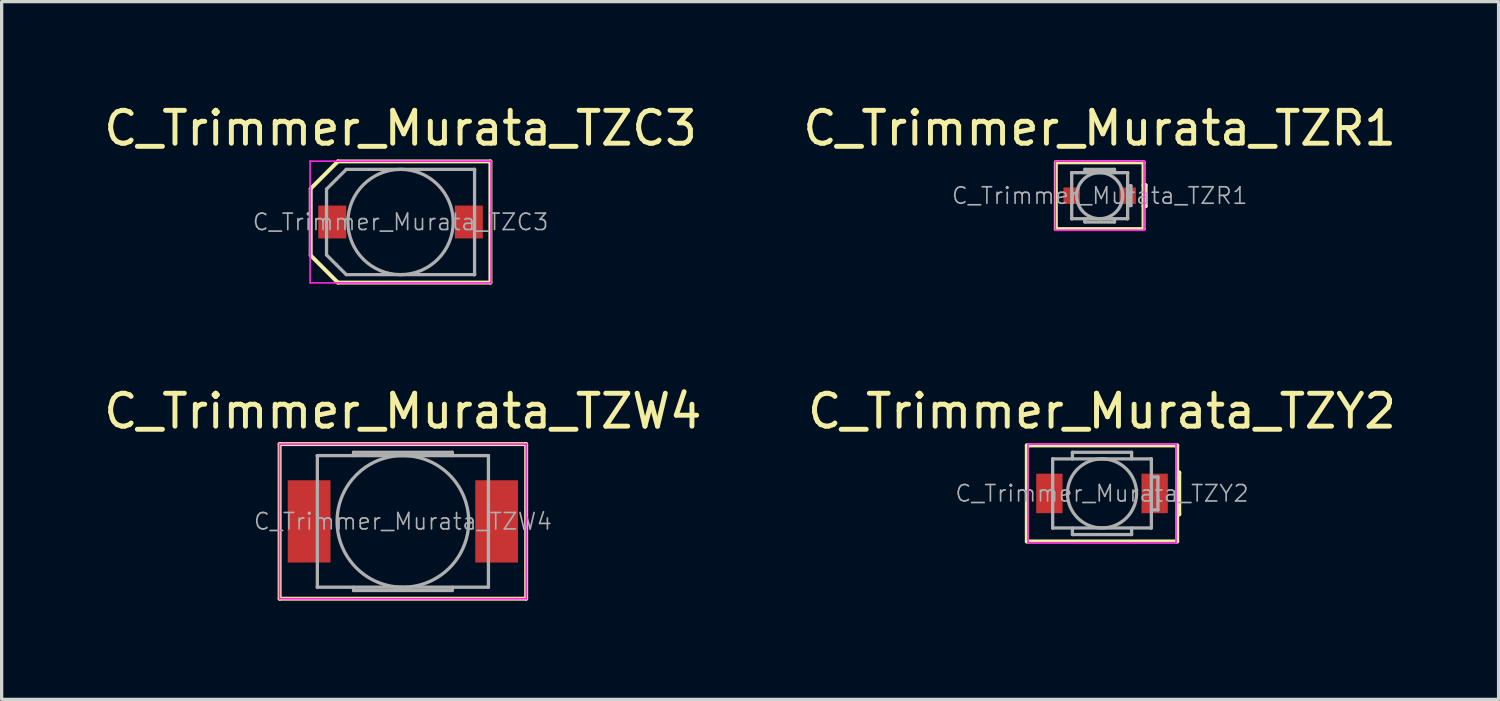
<source format=kicad_pcb>
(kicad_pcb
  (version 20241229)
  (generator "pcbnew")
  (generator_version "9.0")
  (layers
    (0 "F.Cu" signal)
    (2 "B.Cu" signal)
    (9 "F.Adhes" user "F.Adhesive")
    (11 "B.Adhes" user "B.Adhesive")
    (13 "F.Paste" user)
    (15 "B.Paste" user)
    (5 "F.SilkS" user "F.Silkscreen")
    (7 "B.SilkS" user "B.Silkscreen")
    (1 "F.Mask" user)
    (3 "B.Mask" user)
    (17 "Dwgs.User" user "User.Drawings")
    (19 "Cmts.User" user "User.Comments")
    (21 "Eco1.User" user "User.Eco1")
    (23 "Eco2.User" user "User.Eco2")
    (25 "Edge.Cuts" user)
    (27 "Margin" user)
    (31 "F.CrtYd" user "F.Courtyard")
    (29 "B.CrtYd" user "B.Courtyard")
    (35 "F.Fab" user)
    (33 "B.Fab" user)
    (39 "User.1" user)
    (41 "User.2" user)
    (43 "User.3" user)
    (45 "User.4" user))
  (footprint "C_Trimmer_Murata_TZW4"
    (layer "F.Cu")
    (at 9.196 12.798)
    (property "Reference" "C_Trimmer_Murata_TZW4" (at 0 -3.35 0) (layer "F.SilkS") (effects (font (size 1 1) (thickness 0.15))))
    (attr smd)
    (fp_line (start -3.747 -2.349) (end -3.747 2.349) (stroke (width 0.12) (type solid)) (layer "F.SilkS"))
    (fp_line (start -3.747 2.349) (end 3.747 2.349) (stroke (width 0.12) (type solid)) (layer "F.SilkS"))
    (fp_line (start 3.747 -2.349) (end -3.747 -2.349) (stroke (width 0.12) (type solid)) (layer "F.SilkS"))
    (fp_line (start 3.747 2.349) (end 3.747 -2.349) (stroke (width 0.12) (type solid)) (layer "F.SilkS"))
    (fp_line (start -3.75 -2.35) (end -3.75 2.35) (stroke (width 0.05) (type solid)) (layer "F.CrtYd"))
    (fp_line (start -3.75 2.35) (end 3.75 2.35) (stroke (width 0.05) (type solid)) (layer "F.CrtYd"))
    (fp_line (start 3.75 -2.35) (end -3.75 -2.35) (stroke (width 0.05) (type solid)) (layer "F.CrtYd"))
    (fp_line (start 3.75 2.35) (end 3.75 -2.35) (stroke (width 0.05) (type solid)) (layer "F.CrtYd"))
    (fp_line (start -2.6 -2) (end -2.59 -2) (stroke (width 0.1) (type solid)) (layer "F.Fab"))
    (fp_line (start -2.6 -1.99) (end -2.6 -2) (stroke (width 0.1) (type solid)) (layer "F.Fab"))
    (fp_line (start -2.6 1.99) (end -2.6 -1.99) (stroke (width 0.1) (type solid)) (layer "F.Fab"))
    (fp_line (start -2.6 2) (end -2.6 1.99) (stroke (width 0.1) (type solid)) (layer "F.Fab"))
    (fp_line (start -2.59 -2) (end 2.59 -2) (stroke (width 0.1) (type solid)) (layer "F.Fab"))
    (fp_line (start -2.59 2) (end -2.6 2) (stroke (width 0.1) (type solid)) (layer "F.Fab"))
    (fp_line (start -1.5 -2.1) (end 1.5 -2.1) (stroke (width 0.1) (type solid)) (layer "F.Fab"))
    (fp_line (start -1.5 -2) (end -1.5 -2.1) (stroke (width 0.1) (type solid)) (layer "F.Fab"))
    (fp_line (start -1.5 2) (end -1.5 2.1) (stroke (width 0.1) (type solid)) (layer "F.Fab"))
    (fp_line (start -1.5 2.1) (end 1.5 2.1) (stroke (width 0.1) (type solid)) (layer "F.Fab"))
    (fp_line (start 1.5 -2.1) (end 1.5 -2) (stroke (width 0.1) (type solid)) (layer "F.Fab"))
    (fp_line (start 1.5 2.1) (end 1.5 2) (stroke (width 0.1) (type solid)) (layer "F.Fab"))
    (fp_line (start 2.59 -2) (end 2.6 -2) (stroke (width 0.1) (type solid)) (layer "F.Fab"))
    (fp_line (start 2.59 2) (end -2.59 2) (stroke (width 0.1) (type solid)) (layer "F.Fab"))
    (fp_line (start 2.6 -2) (end 2.6 -1.99) (stroke (width 0.1) (type solid)) (layer "F.Fab"))
    (fp_line (start 2.6 -1.99) (end 2.6 1.99) (stroke (width 0.1) (type solid)) (layer "F.Fab"))
    (fp_line (start 2.6 1.99) (end 2.6 2) (stroke (width 0.1) (type solid)) (layer "F.Fab"))
    (fp_line (start 2.6 2) (end 2.59 2) (stroke (width 0.1) (type solid)) (layer "F.Fab"))
    (fp_circle (center 0 0) (end 2 0) (stroke (width 0.1) (type solid)) (fill no) (layer "F.Fab"))
    (fp_text user "${REFERENCE}" (at 0 0 0) (layer "F.Fab") (effects (font (size 0.5 0.5) (thickness 0.05))))
    (pad "1" smd rect (at -2.85 0) (size 1.3 2.5) (layers "F.Cu" "F.Mask" "F.Paste"))
    (pad "2" smd rect (at 2.85 0) (size 1.3 2.5) (layers "F.Cu" "F.Mask" "F.Paste")))
  (footprint "C_Trimmer_Murata_TZY2"
    (layer "F.Cu")
    (at 30.446 11.948)
    (property "Reference" "C_Trimmer_Murata_TZY2" (at 0 -2.5 0) (layer "F.SilkS") (effects (font (size 1 1) (thickness 0.15))))
    (attr smd)
    (fp_line (start -2.286 -1.46) (end -2.286 1.46) (stroke (width 0.12) (type solid)) (layer "F.SilkS"))
    (fp_line (start -2.286 1.46) (end 2.286 1.46) (stroke (width 0.12) (type solid)) (layer "F.SilkS"))
    (fp_line (start -2.223 -1.46) (end -2.286 -1.46) (stroke (width 0.12) (type solid)) (layer "F.SilkS"))
    (fp_line (start 2.223 -1.46) (end -2.223 -1.46) (stroke (width 0.12) (type solid)) (layer "F.SilkS"))
    (fp_line (start 2.286 -1.46) (end 2.223 -1.46) (stroke (width 0.12) (type solid)) (layer "F.SilkS"))
    (fp_line (start 2.286 -0.635) (end 2.349 -0.635) (stroke (width 0.12) (type solid)) (layer "F.SilkS"))
    (fp_line (start 2.286 1.46) (end 2.286 -1.46) (stroke (width 0.12) (type solid)) (layer "F.SilkS"))
    (fp_line (start 2.349 -0.635) (end 2.349 0.635) (stroke (width 0.12) (type solid)) (layer "F.SilkS"))
    (fp_line (start 2.349 0.635) (end 2.286 0.635) (stroke (width 0.12) (type solid)) (layer "F.SilkS"))
    (fp_line (start -2.25 -1.5) (end -2.25 1.5) (stroke (width 0.05) (type solid)) (layer "F.CrtYd"))
    (fp_line (start -2.25 1.5) (end 2.25 1.5) (stroke (width 0.05) (type solid)) (layer "F.CrtYd"))
    (fp_line (start 2.25 -1.5) (end -2.25 -1.5) (stroke (width 0.05) (type solid)) (layer "F.CrtYd"))
    (fp_line (start 2.25 1.5) (end 2.25 -1.5) (stroke (width 0.05) (type solid)) (layer "F.CrtYd"))
    (fp_line (start -1.5 -1.05) (end -1.49 -1.05) (stroke (width 0.1) (type solid)) (layer "F.Fab"))
    (fp_line (start -1.5 -1.04) (end -1.5 -1.05) (stroke (width 0.1) (type solid)) (layer "F.Fab"))
    (fp_line (start -1.5 1.04) (end -1.5 -1.04) (stroke (width 0.1) (type solid)) (layer "F.Fab"))
    (fp_line (start -1.5 1.05) (end -1.5 1.04) (stroke (width 0.1) (type solid)) (layer "F.Fab"))
    (fp_line (start -1.49 -1.05) (end 1.49 -1.05) (stroke (width 0.1) (type solid)) (layer "F.Fab"))
    (fp_line (start -1.49 1.05) (end -1.5 1.05) (stroke (width 0.1) (type solid)) (layer "F.Fab"))
    (fp_line (start -0.9 -1.25) (end 0.9 -1.25) (stroke (width 0.1) (type solid)) (layer "F.Fab"))
    (fp_line (start -0.9 -1.05) (end -0.9 -1.25) (stroke (width 0.1) (type solid)) (layer "F.Fab"))
    (fp_line (start -0.9 1.05) (end -0.9 1.25) (stroke (width 0.1) (type solid)) (layer "F.Fab"))
    (fp_line (start -0.9 1.25) (end 0.9 1.25) (stroke (width 0.1) (type solid)) (layer "F.Fab"))
    (fp_line (start 0.9 -1.25) (end 0.9 -1.05) (stroke (width 0.1) (type solid)) (layer "F.Fab"))
    (fp_line (start 0.9 1.25) (end 0.9 1.05) (stroke (width 0.1) (type solid)) (layer "F.Fab"))
    (fp_line (start 1.49 -1.05) (end 1.5 -1.05) (stroke (width 0.1) (type solid)) (layer "F.Fab"))
    (fp_line (start 1.49 1.05) (end -1.49 1.05) (stroke (width 0.1) (type solid)) (layer "F.Fab"))
    (fp_line (start 1.5 -1.05) (end 1.5 -1.04) (stroke (width 0.1) (type solid)) (layer "F.Fab"))
    (fp_line (start 1.5 -1.04) (end 1.5 1.04) (stroke (width 0.1) (type solid)) (layer "F.Fab"))
    (fp_line (start 1.5 -0.5) (end 1.7 -0.5) (stroke (width 0.1) (type solid)) (layer "F.Fab"))
    (fp_line (start 1.5 1.04) (end 1.5 1.05) (stroke (width 0.1) (type solid)) (layer "F.Fab"))
    (fp_line (start 1.5 1.05) (end 1.49 1.05) (stroke (width 0.1) (type solid)) (layer "F.Fab"))
    (fp_line (start 1.7 -0.5) (end 1.7 0.5) (stroke (width 0.1) (type solid)) (layer "F.Fab"))
    (fp_line (start 1.7 0.5) (end 1.5 0.5) (stroke (width 0.1) (type solid)) (layer "F.Fab"))
    (fp_circle (center 0 0) (end 1.05 0) (stroke (width 0.1) (type solid)) (fill no) (layer "F.Fab"))
    (fp_text user "${REFERENCE}" (at 0 0 0) (layer "F.Fab") (effects (font (size 0.5 0.5) (thickness 0.05))))
    (pad "1" smd rect (at -1.6 0) (size 0.8 1.2) (layers "F.Cu" "F.Mask" "F.Paste"))
    (pad "2" smd rect (at 1.6 0) (size 0.8 1.2) (layers "F.Cu" "F.Mask" "F.Paste")))
  (footprint "C_Trimmer_Murata_TZR1"
    (layer "F.Cu")
    (at 30.375 2.898)
    (property "Reference" "C_Trimmer_Murata_TZR1" (at 0 -2.05 0) (layer "F.SilkS") (effects (font (size 1 1) (thickness 0.15))))
    (attr smd)
    (fp_line (start -1.333 -1.016) (end -1.333 1.016) (stroke (width 0.12) (type solid)) (layer "F.SilkS"))
    (fp_line (start -1.333 1.016) (end 1.333 1.016) (stroke (width 0.12) (type solid)) (layer "F.SilkS"))
    (fp_line (start 1.333 -1.016) (end -1.333 -1.016) (stroke (width 0.12) (type solid)) (layer "F.SilkS"))
    (fp_line (start 1.333 -0.318) (end 1.397 -0.318) (stroke (width 0.12) (type solid)) (layer "F.SilkS"))
    (fp_line (start 1.333 1.016) (end 1.333 -1.016) (stroke (width 0.12) (type solid)) (layer "F.SilkS"))
    (fp_line (start 1.397 -0.318) (end 1.397 0.318) (stroke (width 0.12) (type solid)) (layer "F.SilkS"))
    (fp_line (start 1.397 0.318) (end 1.333 0.318) (stroke (width 0.12) (type solid)) (layer "F.SilkS"))
    (fp_line (start -1.35 -1.05) (end -1.35 1.05) (stroke (width 0.05) (type solid)) (layer "F.CrtYd"))
    (fp_line (start -1.35 1.05) (end 1.35 1.05) (stroke (width 0.05) (type solid)) (layer "F.CrtYd"))
    (fp_line (start 1.35 -1.05) (end -1.35 -1.05) (stroke (width 0.05) (type solid)) (layer "F.CrtYd"))
    (fp_line (start 1.35 1.05) (end 1.35 -1.05) (stroke (width 0.05) (type solid)) (layer "F.CrtYd"))
    (fp_line (start -0.85 -0.7) (end -0.84 -0.7) (stroke (width 0.1) (type solid)) (layer "F.Fab"))
    (fp_line (start -0.85 -0.69) (end -0.85 -0.7) (stroke (width 0.1) (type solid)) (layer "F.Fab"))
    (fp_line (start -0.85 0.69) (end -0.85 -0.69) (stroke (width 0.1) (type solid)) (layer "F.Fab"))
    (fp_line (start -0.85 0.7) (end -0.85 0.69) (stroke (width 0.1) (type solid)) (layer "F.Fab"))
    (fp_line (start -0.84 -0.7) (end 0.84 -0.7) (stroke (width 0.1) (type solid)) (layer "F.Fab"))
    (fp_line (start -0.84 0.7) (end -0.85 0.7) (stroke (width 0.1) (type solid)) (layer "F.Fab"))
    (fp_line (start -0.45 -0.8) (end 0.45 -0.8) (stroke (width 0.1) (type solid)) (layer "F.Fab"))
    (fp_line (start -0.45 -0.7) (end -0.45 -0.8) (stroke (width 0.1) (type solid)) (layer "F.Fab"))
    (fp_line (start -0.45 0.7) (end -0.45 0.8) (stroke (width 0.1) (type solid)) (layer "F.Fab"))
    (fp_line (start -0.45 0.8) (end 0.45 0.8) (stroke (width 0.1) (type solid)) (layer "F.Fab"))
    (fp_line (start 0.45 -0.8) (end 0.45 -0.7) (stroke (width 0.1) (type solid)) (layer "F.Fab"))
    (fp_line (start 0.45 0.8) (end 0.45 0.7) (stroke (width 0.1) (type solid)) (layer "F.Fab"))
    (fp_line (start 0.84 -0.7) (end 0.85 -0.7) (stroke (width 0.1) (type solid)) (layer "F.Fab"))
    (fp_line (start 0.84 0.7) (end -0.84 0.7) (stroke (width 0.1) (type solid)) (layer "F.Fab"))
    (fp_line (start 0.85 -0.7) (end 0.85 -0.69) (stroke (width 0.1) (type solid)) (layer "F.Fab"))
    (fp_line (start 0.85 -0.69) (end 0.85 0.69) (stroke (width 0.1) (type solid)) (layer "F.Fab"))
    (fp_line (start 0.85 -0.3) (end 0.95 -0.3) (stroke (width 0.1) (type solid)) (layer "F.Fab"))
    (fp_line (start 0.85 0.69) (end 0.85 0.7) (stroke (width 0.1) (type solid)) (layer "F.Fab"))
    (fp_line (start 0.85 0.7) (end 0.84 0.7) (stroke (width 0.1) (type solid)) (layer "F.Fab"))
    (fp_line (start 0.95 -0.3) (end 0.95 0.3) (stroke (width 0.1) (type solid)) (layer "F.Fab"))
    (fp_line (start 0.95 0.3) (end 0.85 0.3) (stroke (width 0.1) (type solid)) (layer "F.Fab"))
    (fp_circle (center 0 0) (end 0.7 0) (stroke (width 0.1) (type solid)) (fill no) (layer "F.Fab"))
    (fp_text user "${REFERENCE}" (at 0 0 0) (layer "F.Fab") (effects (font (size 0.5 0.5) (thickness 0.05))))
    (pad "1" smd rect (at -0.85 0) (size 0.5 0.5) (layers "F.Cu" "F.Mask" "F.Paste"))
    (pad "2" smd rect (at 0.85 0) (size 0.5 0.5) (layers "F.Cu" "F.Mask" "F.Paste")))
  (footprint "C_Trimmer_Murata_TZC3"
    (layer "F.Cu")
    (at 9.125 3.698)
    (property "Reference" "C_Trimmer_Murata_TZC3" (at 0 -2.85 0) (layer "F.SilkS") (effects (font (size 1 1) (thickness 0.15))))
    (attr smd)
    (fp_line (start -2.731 -1.016) (end -2.731 1.016) (stroke (width 0.12) (type solid)) (layer "F.SilkS"))
    (fp_line (start -2.731 -1.016) (end -1.905 -1.841) (stroke (width 0.12) (type solid)) (layer "F.SilkS"))
    (fp_line (start -1.905 1.841) (end -2.731 1.016) (stroke (width 0.12) (type solid)) (layer "F.SilkS"))
    (fp_line (start -1.905 1.841) (end 2.731 1.841) (stroke (width 0.12) (type solid)) (layer "F.SilkS"))
    (fp_line (start 2.731 -1.841) (end -1.905 -1.841) (stroke (width 0.12) (type solid)) (layer "F.SilkS"))
    (fp_line (start 2.731 1.841) (end 2.731 -1.841) (stroke (width 0.12) (type solid)) (layer "F.SilkS"))
    (fp_line (start -2.75 -1.85) (end -2.75 1.85) (stroke (width 0.05) (type solid)) (layer "F.CrtYd"))
    (fp_line (start -2.75 1.85) (end 2.75 1.85) (stroke (width 0.05) (type solid)) (layer "F.CrtYd"))
    (fp_line (start 2.75 -1.85) (end -2.75 -1.85) (stroke (width 0.05) (type solid)) (layer "F.CrtYd"))
    (fp_line (start 2.75 1.85) (end 2.75 -1.85) (stroke (width 0.05) (type solid)) (layer "F.CrtYd"))
    (fp_line (start -2.25 -1) (end -1.95 -1.3) (stroke (width 0.1) (type solid)) (layer "F.Fab"))
    (fp_line (start -2.25 1) (end -2.25 -1) (stroke (width 0.1) (type solid)) (layer "F.Fab"))
    (fp_line (start -1.95 -1.3) (end -1.65 -1.6) (stroke (width 0.1) (type solid)) (layer "F.Fab"))
    (fp_line (start -1.95 1.3) (end -2.25 1) (stroke (width 0.1) (type solid)) (layer "F.Fab"))
    (fp_line (start -1.65 -1.6) (end 2.24 -1.6) (stroke (width 0.1) (type solid)) (layer "F.Fab"))
    (fp_line (start -1.65 1.6) (end -1.95 1.3) (stroke (width 0.1) (type solid)) (layer "F.Fab"))
    (fp_line (start 2.24 -1.6) (end 2.25 -1.6) (stroke (width 0.1) (type solid)) (layer "F.Fab"))
    (fp_line (start 2.24 1.6) (end -1.65 1.6) (stroke (width 0.1) (type solid)) (layer "F.Fab"))
    (fp_line (start 2.25 -1.6) (end 2.25 -1.59) (stroke (width 0.1) (type solid)) (layer "F.Fab"))
    (fp_line (start 2.25 -1.59) (end 2.25 1.59) (stroke (width 0.1) (type solid)) (layer "F.Fab"))
    (fp_line (start 2.25 1.59) (end 2.25 1.6) (stroke (width 0.1) (type solid)) (layer "F.Fab"))
    (fp_line (start 2.25 1.6) (end 2.24 1.6) (stroke (width 0.1) (type solid)) (layer "F.Fab"))
    (fp_circle (center 0 0) (end 1.6 0) (stroke (width 0.1) (type solid)) (fill no) (layer "F.Fab"))
    (fp_text user "${REFERENCE}" (at 0 0 0) (layer "F.Fab") (effects (font (size 0.5 0.5) (thickness 0.05))))
    (pad "1" smd rect (at -2.075 0) (size 0.85 1) (layers "F.Cu" "F.Mask" "F.Paste"))
    (pad "2" smd rect (at 2.075 0) (size 0.85 1) (layers "F.Cu" "F.Mask" "F.Paste")))
  (gr_rect
    (start -3 -3)
    (end 42.5 18.207)
    (stroke (width 0.1) (type default))
    (fill no)
    (layer "Edge.Cuts")))
</source>
